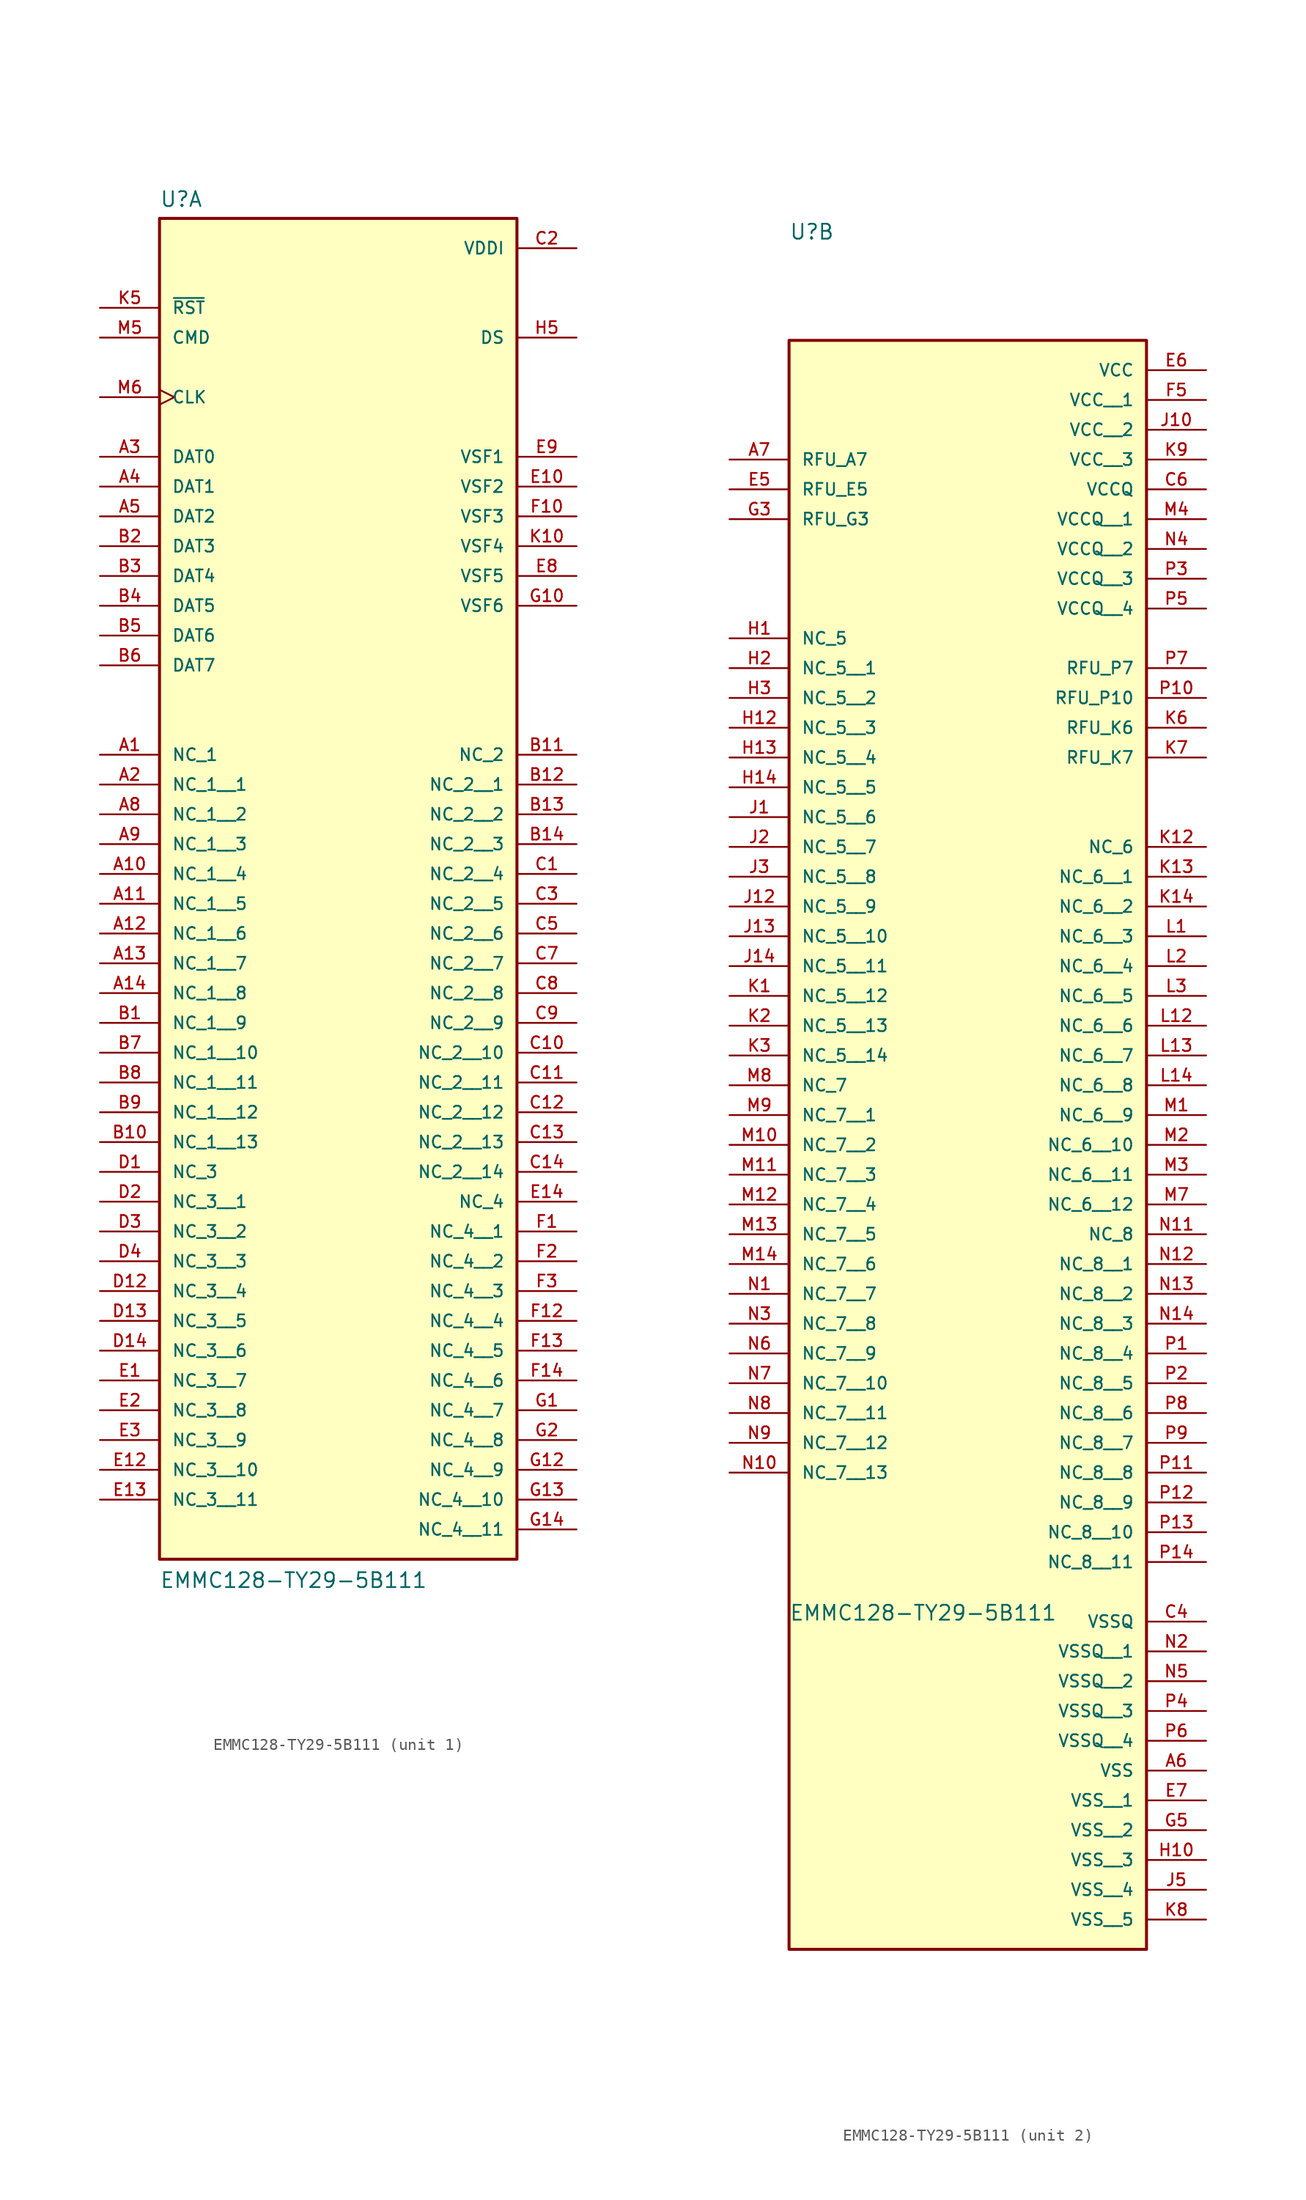
<source format=kicad_sym>
(kicad_symbol_lib
  (version 20211014)
  (generator kicad_symbol_editor)
  (symbol "EMMC128-TY29-5B111"
    (pin_names
      (offset 1.016))
    (property "Reference" "U"
      (at -15.24 26.289 0)
      (effects (font (size 1.27 1.27)) (justify bottom left)))
    (property "Value" "EMMC128-TY29-5B111"
      (at -15.24 -91.44 0)
      (effects (font (size 1.27 1.27)) (justify bottom left)))
    (symbol "EMMC128-TY29-5B111_1_0"
      (rectangle (start -15.24 -88.9) (end 15.24 25.4) (stroke (width 0.254)) (fill (type background)))
      (pin bidirectional line (at -20.32 5.08 0) (length 5.08) (name "DAT0" (effects (font (size 1.016 1.016)))) (number "A3" (effects (font (size 1.016 1.016)))))
      (pin bidirectional line (at -20.32 2.54 0) (length 5.08) (name "DAT1" (effects (font (size 1.016 1.016)))) (number "A4" (effects (font (size 1.016 1.016)))))
      (pin bidirectional line (at -20.32 0.0 0) (length 5.08) (name "DAT2" (effects (font (size 1.016 1.016)))) (number "A5" (effects (font (size 1.016 1.016)))))
      (pin bidirectional line (at -20.32 -2.54 0) (length 5.08) (name "DAT3" (effects (font (size 1.016 1.016)))) (number "B2" (effects (font (size 1.016 1.016)))))
      (pin bidirectional line (at -20.32 -5.08 0) (length 5.08) (name "DAT4" (effects (font (size 1.016 1.016)))) (number "B3" (effects (font (size 1.016 1.016)))))
      (pin bidirectional line (at -20.32 -7.62 0) (length 5.08) (name "DAT5" (effects (font (size 1.016 1.016)))) (number "B4" (effects (font (size 1.016 1.016)))))
      (pin bidirectional line (at -20.32 -10.16 0) (length 5.08) (name "DAT6" (effects (font (size 1.016 1.016)))) (number "B5" (effects (font (size 1.016 1.016)))))
      (pin bidirectional line (at -20.32 -12.7 0) (length 5.08) (name "DAT7" (effects (font (size 1.016 1.016)))) (number "B6" (effects (font (size 1.016 1.016)))))
      (pin bidirectional line (at -20.32 15.24 0) (length 5.08) (name "CMD" (effects (font (size 1.016 1.016)))) (number "M5" (effects (font (size 1.016 1.016)))))
      (pin input clock (at -20.32 10.16 0) (length 5.08) (name "CLK" (effects (font (size 1.016 1.016)))) (number "M6" (effects (font (size 1.016 1.016)))))
      (pin input line (at -20.32 17.78 0) (length 5.08) (name "~{RST}" (effects (font (size 1.016 1.016)))) (number "K5" (effects (font (size 1.016 1.016)))))
      (pin bidirectional line (at 20.32 15.24 180.0) (length 5.08) (name "DS" (effects (font (size 1.016 1.016)))) (number "H5" (effects (font (size 1.016 1.016)))))
      (pin bidirectional line (at 20.32 5.08 180.0) (length 5.08) (name "VSF1" (effects (font (size 1.016 1.016)))) (number "E9" (effects (font (size 1.016 1.016)))))
      (pin bidirectional line (at 20.32 2.54 180.0) (length 5.08) (name "VSF2" (effects (font (size 1.016 1.016)))) (number "E10" (effects (font (size 1.016 1.016)))))
      (pin bidirectional line (at 20.32 0.0 180.0) (length 5.08) (name "VSF3" (effects (font (size 1.016 1.016)))) (number "F10" (effects (font (size 1.016 1.016)))))
      (pin bidirectional line (at 20.32 -2.54 180.0) (length 5.08) (name "VSF4" (effects (font (size 1.016 1.016)))) (number "K10" (effects (font (size 1.016 1.016)))))
      (pin passive line (at 20.32 22.86 180.0) (length 5.08) (name "VDDI" (effects (font (size 1.016 1.016)))) (number "C2" (effects (font (size 1.016 1.016)))))
      (pin passive line (at -20.32 -20.32 0) (length 5.08) (name "NC_1" (effects (font (size 1.016 1.016)))) (number "A1" (effects (font (size 1.016 1.016)))))
      (pin passive line (at 20.32 -20.32 180.0) (length 5.08) (name "NC_2" (effects (font (size 1.016 1.016)))) (number "B11" (effects (font (size 1.016 1.016)))))
      (pin passive line (at -20.32 -55.88 0) (length 5.08) (name "NC_3" (effects (font (size 1.016 1.016)))) (number "D1" (effects (font (size 1.016 1.016)))))
      (pin passive line (at 20.32 -58.42 180.0) (length 5.08) (name "NC_4" (effects (font (size 1.016 1.016)))) (number "E14" (effects (font (size 1.016 1.016)))))
      (pin bidirectional line (at 20.32 -5.08 180.0) (length 5.08) (name "VSF5" (effects (font (size 1.016 1.016)))) (number "E8" (effects (font (size 1.016 1.016)))))
      (pin bidirectional line (at 20.32 -7.62 180.0) (length 5.08) (name "VSF6" (effects (font (size 1.016 1.016)))) (number "G10" (effects (font (size 1.016 1.016)))))
      (pin passive line (at -20.32 -22.86 0) (length 5.08) (name "NC_1__1" (effects (font (size 1.016 1.016)))) (number "A2" (effects (font (size 1.016 1.016)))))
      (pin passive line (at -20.32 -25.4 0) (length 5.08) (name "NC_1__2" (effects (font (size 1.016 1.016)))) (number "A8" (effects (font (size 1.016 1.016)))))
      (pin passive line (at -20.32 -27.94 0) (length 5.08) (name "NC_1__3" (effects (font (size 1.016 1.016)))) (number "A9" (effects (font (size 1.016 1.016)))))
      (pin passive line (at -20.32 -30.48 0) (length 5.08) (name "NC_1__4" (effects (font (size 1.016 1.016)))) (number "A10" (effects (font (size 1.016 1.016)))))
      (pin passive line (at -20.32 -33.02 0) (length 5.08) (name "NC_1__5" (effects (font (size 1.016 1.016)))) (number "A11" (effects (font (size 1.016 1.016)))))
      (pin passive line (at -20.32 -35.56 0) (length 5.08) (name "NC_1__6" (effects (font (size 1.016 1.016)))) (number "A12" (effects (font (size 1.016 1.016)))))
      (pin passive line (at -20.32 -38.1 0) (length 5.08) (name "NC_1__7" (effects (font (size 1.016 1.016)))) (number "A13" (effects (font (size 1.016 1.016)))))
      (pin passive line (at -20.32 -40.64 0) (length 5.08) (name "NC_1__8" (effects (font (size 1.016 1.016)))) (number "A14" (effects (font (size 1.016 1.016)))))
      (pin passive line (at -20.32 -43.18 0) (length 5.08) (name "NC_1__9" (effects (font (size 1.016 1.016)))) (number "B1" (effects (font (size 1.016 1.016)))))
      (pin passive line (at -20.32 -45.72 0) (length 5.08) (name "NC_1__10" (effects (font (size 1.016 1.016)))) (number "B7" (effects (font (size 1.016 1.016)))))
      (pin passive line (at -20.32 -48.26 0) (length 5.08) (name "NC_1__11" (effects (font (size 1.016 1.016)))) (number "B8" (effects (font (size 1.016 1.016)))))
      (pin passive line (at -20.32 -50.8 0) (length 5.08) (name "NC_1__12" (effects (font (size 1.016 1.016)))) (number "B9" (effects (font (size 1.016 1.016)))))
      (pin passive line (at -20.32 -53.34 0) (length 5.08) (name "NC_1__13" (effects (font (size 1.016 1.016)))) (number "B10" (effects (font (size 1.016 1.016)))))
      (pin passive line (at -20.32 -58.42 0) (length 5.08) (name "NC_3__1" (effects (font (size 1.016 1.016)))) (number "D2" (effects (font (size 1.016 1.016)))))
      (pin passive line (at -20.32 -60.96 0) (length 5.08) (name "NC_3__2" (effects (font (size 1.016 1.016)))) (number "D3" (effects (font (size 1.016 1.016)))))
      (pin passive line (at -20.32 -63.5 0) (length 5.08) (name "NC_3__3" (effects (font (size 1.016 1.016)))) (number "D4" (effects (font (size 1.016 1.016)))))
      (pin passive line (at -20.32 -66.04 0) (length 5.08) (name "NC_3__4" (effects (font (size 1.016 1.016)))) (number "D12" (effects (font (size 1.016 1.016)))))
      (pin passive line (at -20.32 -68.58 0) (length 5.08) (name "NC_3__5" (effects (font (size 1.016 1.016)))) (number "D13" (effects (font (size 1.016 1.016)))))
      (pin passive line (at -20.32 -71.12 0) (length 5.08) (name "NC_3__6" (effects (font (size 1.016 1.016)))) (number "D14" (effects (font (size 1.016 1.016)))))
      (pin passive line (at -20.32 -73.66 0) (length 5.08) (name "NC_3__7" (effects (font (size 1.016 1.016)))) (number "E1" (effects (font (size 1.016 1.016)))))
      (pin passive line (at -20.32 -76.2 0) (length 5.08) (name "NC_3__8" (effects (font (size 1.016 1.016)))) (number "E2" (effects (font (size 1.016 1.016)))))
      (pin passive line (at -20.32 -78.74 0) (length 5.08) (name "NC_3__9" (effects (font (size 1.016 1.016)))) (number "E3" (effects (font (size 1.016 1.016)))))
      (pin passive line (at -20.32 -81.28 0) (length 5.08) (name "NC_3__10" (effects (font (size 1.016 1.016)))) (number "E12" (effects (font (size 1.016 1.016)))))
      (pin passive line (at -20.32 -83.82 0) (length 5.08) (name "NC_3__11" (effects (font (size 1.016 1.016)))) (number "E13" (effects (font (size 1.016 1.016)))))
      (pin passive line (at 20.32 -22.86 180.0) (length 5.08) (name "NC_2__1" (effects (font (size 1.016 1.016)))) (number "B12" (effects (font (size 1.016 1.016)))))
      (pin passive line (at 20.32 -25.4 180.0) (length 5.08) (name "NC_2__2" (effects (font (size 1.016 1.016)))) (number "B13" (effects (font (size 1.016 1.016)))))
      (pin passive line (at 20.32 -27.94 180.0) (length 5.08) (name "NC_2__3" (effects (font (size 1.016 1.016)))) (number "B14" (effects (font (size 1.016 1.016)))))
      (pin passive line (at 20.32 -30.48 180.0) (length 5.08) (name "NC_2__4" (effects (font (size 1.016 1.016)))) (number "C1" (effects (font (size 1.016 1.016)))))
      (pin passive line (at 20.32 -33.02 180.0) (length 5.08) (name "NC_2__5" (effects (font (size 1.016 1.016)))) (number "C3" (effects (font (size 1.016 1.016)))))
      (pin passive line (at 20.32 -35.56 180.0) (length 5.08) (name "NC_2__6" (effects (font (size 1.016 1.016)))) (number "C5" (effects (font (size 1.016 1.016)))))
      (pin passive line (at 20.32 -38.1 180.0) (length 5.08) (name "NC_2__7" (effects (font (size 1.016 1.016)))) (number "C7" (effects (font (size 1.016 1.016)))))
      (pin passive line (at 20.32 -40.64 180.0) (length 5.08) (name "NC_2__8" (effects (font (size 1.016 1.016)))) (number "C8" (effects (font (size 1.016 1.016)))))
      (pin passive line (at 20.32 -43.18 180.0) (length 5.08) (name "NC_2__9" (effects (font (size 1.016 1.016)))) (number "C9" (effects (font (size 1.016 1.016)))))
      (pin passive line (at 20.32 -45.72 180.0) (length 5.08) (name "NC_2__10" (effects (font (size 1.016 1.016)))) (number "C10" (effects (font (size 1.016 1.016)))))
      (pin passive line (at 20.32 -48.26 180.0) (length 5.08) (name "NC_2__11" (effects (font (size 1.016 1.016)))) (number "C11" (effects (font (size 1.016 1.016)))))
      (pin passive line (at 20.32 -50.8 180.0) (length 5.08) (name "NC_2__12" (effects (font (size 1.016 1.016)))) (number "C12" (effects (font (size 1.016 1.016)))))
      (pin passive line (at 20.32 -53.34 180.0) (length 5.08) (name "NC_2__13" (effects (font (size 1.016 1.016)))) (number "C13" (effects (font (size 1.016 1.016)))))
      (pin passive line (at 20.32 -55.88 180.0) (length 5.08) (name "NC_2__14" (effects (font (size 1.016 1.016)))) (number "C14" (effects (font (size 1.016 1.016)))))
      (pin passive line (at 20.32 -60.96 180.0) (length 5.08) (name "NC_4__1" (effects (font (size 1.016 1.016)))) (number "F1" (effects (font (size 1.016 1.016)))))
      (pin passive line (at 20.32 -63.5 180.0) (length 5.08) (name "NC_4__2" (effects (font (size 1.016 1.016)))) (number "F2" (effects (font (size 1.016 1.016)))))
      (pin passive line (at 20.32 -66.04 180.0) (length 5.08) (name "NC_4__3" (effects (font (size 1.016 1.016)))) (number "F3" (effects (font (size 1.016 1.016)))))
      (pin passive line (at 20.32 -68.58 180.0) (length 5.08) (name "NC_4__4" (effects (font (size 1.016 1.016)))) (number "F12" (effects (font (size 1.016 1.016)))))
      (pin passive line (at 20.32 -71.12 180.0) (length 5.08) (name "NC_4__5" (effects (font (size 1.016 1.016)))) (number "F13" (effects (font (size 1.016 1.016)))))
      (pin passive line (at 20.32 -73.66 180.0) (length 5.08) (name "NC_4__6" (effects (font (size 1.016 1.016)))) (number "F14" (effects (font (size 1.016 1.016)))))
      (pin passive line (at 20.32 -76.2 180.0) (length 5.08) (name "NC_4__7" (effects (font (size 1.016 1.016)))) (number "G1" (effects (font (size 1.016 1.016)))))
      (pin passive line (at 20.32 -78.74 180.0) (length 5.08) (name "NC_4__8" (effects (font (size 1.016 1.016)))) (number "G2" (effects (font (size 1.016 1.016)))))
      (pin passive line (at 20.32 -81.28 180.0) (length 5.08) (name "NC_4__9" (effects (font (size 1.016 1.016)))) (number "G12" (effects (font (size 1.016 1.016)))))
      (pin passive line (at 20.32 -83.82 180.0) (length 5.08) (name "NC_4__10" (effects (font (size 1.016 1.016)))) (number "G13" (effects (font (size 1.016 1.016)))))
      (pin passive line (at 20.32 -86.36 180.0) (length 5.08) (name "NC_4__11" (effects (font (size 1.016 1.016)))) (number "G14" (effects (font (size 1.016 1.016))))))
    (symbol "EMMC128-TY29-5B111_2_0"
      (rectangle (start -15.24 -119.38) (end 15.24 17.78) (stroke (width 0.254)) (fill (type background)))
      (pin power_in line (at 20.32 15.24 180.0) (length 5.08) (name "VCC" (effects (font (size 1.016 1.016)))) (number "E6" (effects (font (size 1.016 1.016)))))
      (pin power_in line (at 20.32 5.08 180.0) (length 5.08) (name "VCCQ" (effects (font (size 1.016 1.016)))) (number "C6" (effects (font (size 1.016 1.016)))))
      (pin power_in line (at 20.32 -104.14 180.0) (length 5.08) (name "VSS" (effects (font (size 1.016 1.016)))) (number "A6" (effects (font (size 1.016 1.016)))))
      (pin power_in line (at 20.32 -91.44 180.0) (length 5.08) (name "VSSQ" (effects (font (size 1.016 1.016)))) (number "C4" (effects (font (size 1.016 1.016)))))
      (pin passive line (at -20.32 -7.62 0) (length 5.08) (name "NC_5" (effects (font (size 1.016 1.016)))) (number "H1" (effects (font (size 1.016 1.016)))))
      (pin passive line (at 20.32 -25.4 180.0) (length 5.08) (name "NC_6" (effects (font (size 1.016 1.016)))) (number "K12" (effects (font (size 1.016 1.016)))))
      (pin passive line (at -20.32 -45.72 0) (length 5.08) (name "NC_7" (effects (font (size 1.016 1.016)))) (number "M8" (effects (font (size 1.016 1.016)))))
      (pin passive line (at 20.32 -58.42 180.0) (length 5.08) (name "NC_8" (effects (font (size 1.016 1.016)))) (number "N11" (effects (font (size 1.016 1.016)))))
      (pin passive line (at -20.32 7.62 0) (length 5.08) (name "RFU_A7" (effects (font (size 1.016 1.016)))) (number "A7" (effects (font (size 1.016 1.016)))))
      (pin passive line (at -20.32 5.08 0) (length 5.08) (name "RFU_E5" (effects (font (size 1.016 1.016)))) (number "E5" (effects (font (size 1.016 1.016)))))
      (pin passive line (at -20.32 2.54 0) (length 5.08) (name "RFU_G3" (effects (font (size 1.016 1.016)))) (number "G3" (effects (font (size 1.016 1.016)))))
      (pin passive line (at 20.32 -15.24 180.0) (length 5.08) (name "RFU_K6" (effects (font (size 1.016 1.016)))) (number "K6" (effects (font (size 1.016 1.016)))))
      (pin passive line (at 20.32 -10.16 180.0) (length 5.08) (name "RFU_P7" (effects (font (size 1.016 1.016)))) (number "P7" (effects (font (size 1.016 1.016)))))
      (pin passive line (at 20.32 -17.78 180.0) (length 5.08) (name "RFU_K7" (effects (font (size 1.016 1.016)))) (number "K7" (effects (font (size 1.016 1.016)))))
      (pin passive line (at 20.32 -12.7 180.0) (length 5.08) (name "RFU_P10" (effects (font (size 1.016 1.016)))) (number "P10" (effects (font (size 1.016 1.016)))))
      (pin passive line (at -20.32 -10.16 0) (length 5.08) (name "NC_5__1" (effects (font (size 1.016 1.016)))) (number "H2" (effects (font (size 1.016 1.016)))))
      (pin passive line (at -20.32 -12.7 0) (length 5.08) (name "NC_5__2" (effects (font (size 1.016 1.016)))) (number "H3" (effects (font (size 1.016 1.016)))))
      (pin passive line (at -20.32 -15.24 0) (length 5.08) (name "NC_5__3" (effects (font (size 1.016 1.016)))) (number "H12" (effects (font (size 1.016 1.016)))))
      (pin passive line (at -20.32 -17.78 0) (length 5.08) (name "NC_5__4" (effects (font (size 1.016 1.016)))) (number "H13" (effects (font (size 1.016 1.016)))))
      (pin passive line (at -20.32 -20.32 0) (length 5.08) (name "NC_5__5" (effects (font (size 1.016 1.016)))) (number "H14" (effects (font (size 1.016 1.016)))))
      (pin passive line (at -20.32 -22.86 0) (length 5.08) (name "NC_5__6" (effects (font (size 1.016 1.016)))) (number "J1" (effects (font (size 1.016 1.016)))))
      (pin passive line (at -20.32 -25.4 0) (length 5.08) (name "NC_5__7" (effects (font (size 1.016 1.016)))) (number "J2" (effects (font (size 1.016 1.016)))))
      (pin passive line (at -20.32 -27.94 0) (length 5.08) (name "NC_5__8" (effects (font (size 1.016 1.016)))) (number "J3" (effects (font (size 1.016 1.016)))))
      (pin passive line (at -20.32 -30.48 0) (length 5.08) (name "NC_5__9" (effects (font (size 1.016 1.016)))) (number "J12" (effects (font (size 1.016 1.016)))))
      (pin passive line (at -20.32 -33.02 0) (length 5.08) (name "NC_5__10" (effects (font (size 1.016 1.016)))) (number "J13" (effects (font (size 1.016 1.016)))))
      (pin passive line (at -20.32 -35.56 0) (length 5.08) (name "NC_5__11" (effects (font (size 1.016 1.016)))) (number "J14" (effects (font (size 1.016 1.016)))))
      (pin passive line (at -20.32 -38.1 0) (length 5.08) (name "NC_5__12" (effects (font (size 1.016 1.016)))) (number "K1" (effects (font (size 1.016 1.016)))))
      (pin passive line (at -20.32 -40.64 0) (length 5.08) (name "NC_5__13" (effects (font (size 1.016 1.016)))) (number "K2" (effects (font (size 1.016 1.016)))))
      (pin passive line (at -20.32 -43.18 0) (length 5.08) (name "NC_5__14" (effects (font (size 1.016 1.016)))) (number "K3" (effects (font (size 1.016 1.016)))))
      (pin passive line (at -20.32 -48.26 0) (length 5.08) (name "NC_7__1" (effects (font (size 1.016 1.016)))) (number "M9" (effects (font (size 1.016 1.016)))))
      (pin passive line (at -20.32 -50.8 0) (length 5.08) (name "NC_7__2" (effects (font (size 1.016 1.016)))) (number "M10" (effects (font (size 1.016 1.016)))))
      (pin passive line (at -20.32 -53.34 0) (length 5.08) (name "NC_7__3" (effects (font (size 1.016 1.016)))) (number "M11" (effects (font (size 1.016 1.016)))))
      (pin passive line (at -20.32 -55.88 0) (length 5.08) (name "NC_7__4" (effects (font (size 1.016 1.016)))) (number "M12" (effects (font (size 1.016 1.016)))))
      (pin passive line (at -20.32 -58.42 0) (length 5.08) (name "NC_7__5" (effects (font (size 1.016 1.016)))) (number "M13" (effects (font (size 1.016 1.016)))))
      (pin passive line (at -20.32 -60.96 0) (length 5.08) (name "NC_7__6" (effects (font (size 1.016 1.016)))) (number "M14" (effects (font (size 1.016 1.016)))))
      (pin passive line (at -20.32 -63.5 0) (length 5.08) (name "NC_7__7" (effects (font (size 1.016 1.016)))) (number "N1" (effects (font (size 1.016 1.016)))))
      (pin passive line (at -20.32 -66.04 0) (length 5.08) (name "NC_7__8" (effects (font (size 1.016 1.016)))) (number "N3" (effects (font (size 1.016 1.016)))))
      (pin passive line (at -20.32 -68.58 0) (length 5.08) (name "NC_7__9" (effects (font (size 1.016 1.016)))) (number "N6" (effects (font (size 1.016 1.016)))))
      (pin passive line (at -20.32 -71.12 0) (length 5.08) (name "NC_7__10" (effects (font (size 1.016 1.016)))) (number "N7" (effects (font (size 1.016 1.016)))))
      (pin passive line (at -20.32 -73.66 0) (length 5.08) (name "NC_7__11" (effects (font (size 1.016 1.016)))) (number "N8" (effects (font (size 1.016 1.016)))))
      (pin passive line (at -20.32 -76.2 0) (length 5.08) (name "NC_7__12" (effects (font (size 1.016 1.016)))) (number "N9" (effects (font (size 1.016 1.016)))))
      (pin passive line (at -20.32 -78.74 0) (length 5.08) (name "NC_7__13" (effects (font (size 1.016 1.016)))) (number "N10" (effects (font (size 1.016 1.016)))))
      (pin power_in line (at 20.32 12.7 180.0) (length 5.08) (name "VCC__1" (effects (font (size 1.016 1.016)))) (number "F5" (effects (font (size 1.016 1.016)))))
      (pin power_in line (at 20.32 10.16 180.0) (length 5.08) (name "VCC__2" (effects (font (size 1.016 1.016)))) (number "J10" (effects (font (size 1.016 1.016)))))
      (pin power_in line (at 20.32 7.62 180.0) (length 5.08) (name "VCC__3" (effects (font (size 1.016 1.016)))) (number "K9" (effects (font (size 1.016 1.016)))))
      (pin power_in line (at 20.32 2.54 180.0) (length 5.08) (name "VCCQ__1" (effects (font (size 1.016 1.016)))) (number "M4" (effects (font (size 1.016 1.016)))))
      (pin power_in line (at 20.32 -8.881784197e-16 180.0) (length 5.08) (name "VCCQ__2" (effects (font (size 1.016 1.016)))) (number "N4" (effects (font (size 1.016 1.016)))))
      (pin power_in line (at 20.32 -2.54 180.0) (length 5.08) (name "VCCQ__3" (effects (font (size 1.016 1.016)))) (number "P3" (effects (font (size 1.016 1.016)))))
      (pin power_in line (at 20.32 -5.08 180.0) (length 5.08) (name "VCCQ__4" (effects (font (size 1.016 1.016)))) (number "P5" (effects (font (size 1.016 1.016)))))
      (pin passive line (at 20.32 -27.94 180.0) (length 5.08) (name "NC_6__1" (effects (font (size 1.016 1.016)))) (number "K13" (effects (font (size 1.016 1.016)))))
      (pin passive line (at 20.32 -30.48 180.0) (length 5.08) (name "NC_6__2" (effects (font (size 1.016 1.016)))) (number "K14" (effects (font (size 1.016 1.016)))))
      (pin passive line (at 20.32 -33.02 180.0) (length 5.08) (name "NC_6__3" (effects (font (size 1.016 1.016)))) (number "L1" (effects (font (size 1.016 1.016)))))
      (pin passive line (at 20.32 -35.56 180.0) (length 5.08) (name "NC_6__4" (effects (font (size 1.016 1.016)))) (number "L2" (effects (font (size 1.016 1.016)))))
      (pin passive line (at 20.32 -38.1 180.0) (length 5.08) (name "NC_6__5" (effects (font (size 1.016 1.016)))) (number "L3" (effects (font (size 1.016 1.016)))))
      (pin passive line (at 20.32 -40.64 180.0) (length 5.08) (name "NC_6__6" (effects (font (size 1.016 1.016)))) (number "L12" (effects (font (size 1.016 1.016)))))
      (pin passive line (at 20.32 -43.18 180.0) (length 5.08) (name "NC_6__7" (effects (font (size 1.016 1.016)))) (number "L13" (effects (font (size 1.016 1.016)))))
      (pin passive line (at 20.32 -45.72 180.0) (length 5.08) (name "NC_6__8" (effects (font (size 1.016 1.016)))) (number "L14" (effects (font (size 1.016 1.016)))))
      (pin passive line (at 20.32 -48.26 180.0) (length 5.08) (name "NC_6__9" (effects (font (size 1.016 1.016)))) (number "M1" (effects (font (size 1.016 1.016)))))
      (pin passive line (at 20.32 -50.8 180.0) (length 5.08) (name "NC_6__10" (effects (font (size 1.016 1.016)))) (number "M2" (effects (font (size 1.016 1.016)))))
      (pin passive line (at 20.32 -53.34 180.0) (length 5.08) (name "NC_6__11" (effects (font (size 1.016 1.016)))) (number "M3" (effects (font (size 1.016 1.016)))))
      (pin passive line (at 20.32 -55.88 180.0) (length 5.08) (name "NC_6__12" (effects (font (size 1.016 1.016)))) (number "M7" (effects (font (size 1.016 1.016)))))
      (pin passive line (at 20.32 -60.96 180.0) (length 5.08) (name "NC_8__1" (effects (font (size 1.016 1.016)))) (number "N12" (effects (font (size 1.016 1.016)))))
      (pin passive line (at 20.32 -63.5 180.0) (length 5.08) (name "NC_8__2" (effects (font (size 1.016 1.016)))) (number "N13" (effects (font (size 1.016 1.016)))))
      (pin passive line (at 20.32 -66.04 180.0) (length 5.08) (name "NC_8__3" (effects (font (size 1.016 1.016)))) (number "N14" (effects (font (size 1.016 1.016)))))
      (pin passive line (at 20.32 -68.58 180.0) (length 5.08) (name "NC_8__4" (effects (font (size 1.016 1.016)))) (number "P1" (effects (font (size 1.016 1.016)))))
      (pin passive line (at 20.32 -71.12 180.0) (length 5.08) (name "NC_8__5" (effects (font (size 1.016 1.016)))) (number "P2" (effects (font (size 1.016 1.016)))))
      (pin passive line (at 20.32 -73.66 180.0) (length 5.08) (name "NC_8__6" (effects (font (size 1.016 1.016)))) (number "P8" (effects (font (size 1.016 1.016)))))
      (pin passive line (at 20.32 -76.2 180.0) (length 5.08) (name "NC_8__7" (effects (font (size 1.016 1.016)))) (number "P9" (effects (font (size 1.016 1.016)))))
      (pin passive line (at 20.32 -78.74 180.0) (length 5.08) (name "NC_8__8" (effects (font (size 1.016 1.016)))) (number "P11" (effects (font (size 1.016 1.016)))))
      (pin passive line (at 20.32 -81.28 180.0) (length 5.08) (name "NC_8__9" (effects (font (size 1.016 1.016)))) (number "P12" (effects (font (size 1.016 1.016)))))
      (pin passive line (at 20.32 -83.82 180.0) (length 5.08) (name "NC_8__10" (effects (font (size 1.016 1.016)))) (number "P13" (effects (font (size 1.016 1.016)))))
      (pin passive line (at 20.32 -86.36 180.0) (length 5.08) (name "NC_8__11" (effects (font (size 1.016 1.016)))) (number "P14" (effects (font (size 1.016 1.016)))))
      (pin power_in line (at 20.32 -93.98 180.0) (length 5.08) (name "VSSQ__1" (effects (font (size 1.016 1.016)))) (number "N2" (effects (font (size 1.016 1.016)))))
      (pin power_in line (at 20.32 -96.52 180.0) (length 5.08) (name "VSSQ__2" (effects (font (size 1.016 1.016)))) (number "N5" (effects (font (size 1.016 1.016)))))
      (pin power_in line (at 20.32 -99.06 180.0) (length 5.08) (name "VSSQ__3" (effects (font (size 1.016 1.016)))) (number "P4" (effects (font (size 1.016 1.016)))))
      (pin power_in line (at 20.32 -101.6 180.0) (length 5.08) (name "VSSQ__4" (effects (font (size 1.016 1.016)))) (number "P6" (effects (font (size 1.016 1.016)))))
      (pin power_in line (at 20.32 -106.68 180.0) (length 5.08) (name "VSS__1" (effects (font (size 1.016 1.016)))) (number "E7" (effects (font (size 1.016 1.016)))))
      (pin power_in line (at 20.32 -109.22 180.0) (length 5.08) (name "VSS__2" (effects (font (size 1.016 1.016)))) (number "G5" (effects (font (size 1.016 1.016)))))
      (pin power_in line (at 20.32 -111.76 180.0) (length 5.08) (name "VSS__3" (effects (font (size 1.016 1.016)))) (number "H10" (effects (font (size 1.016 1.016)))))
      (pin power_in line (at 20.32 -114.3 180.0) (length 5.08) (name "VSS__4" (effects (font (size 1.016 1.016)))) (number "J5" (effects (font (size 1.016 1.016)))))
      (pin power_in line (at 20.32 -116.84 180.0) (length 5.08) (name "VSS__5" (effects (font (size 1.016 1.016)))) (number "K8" (effects (font (size 1.016 1.016))))))))
</source>
